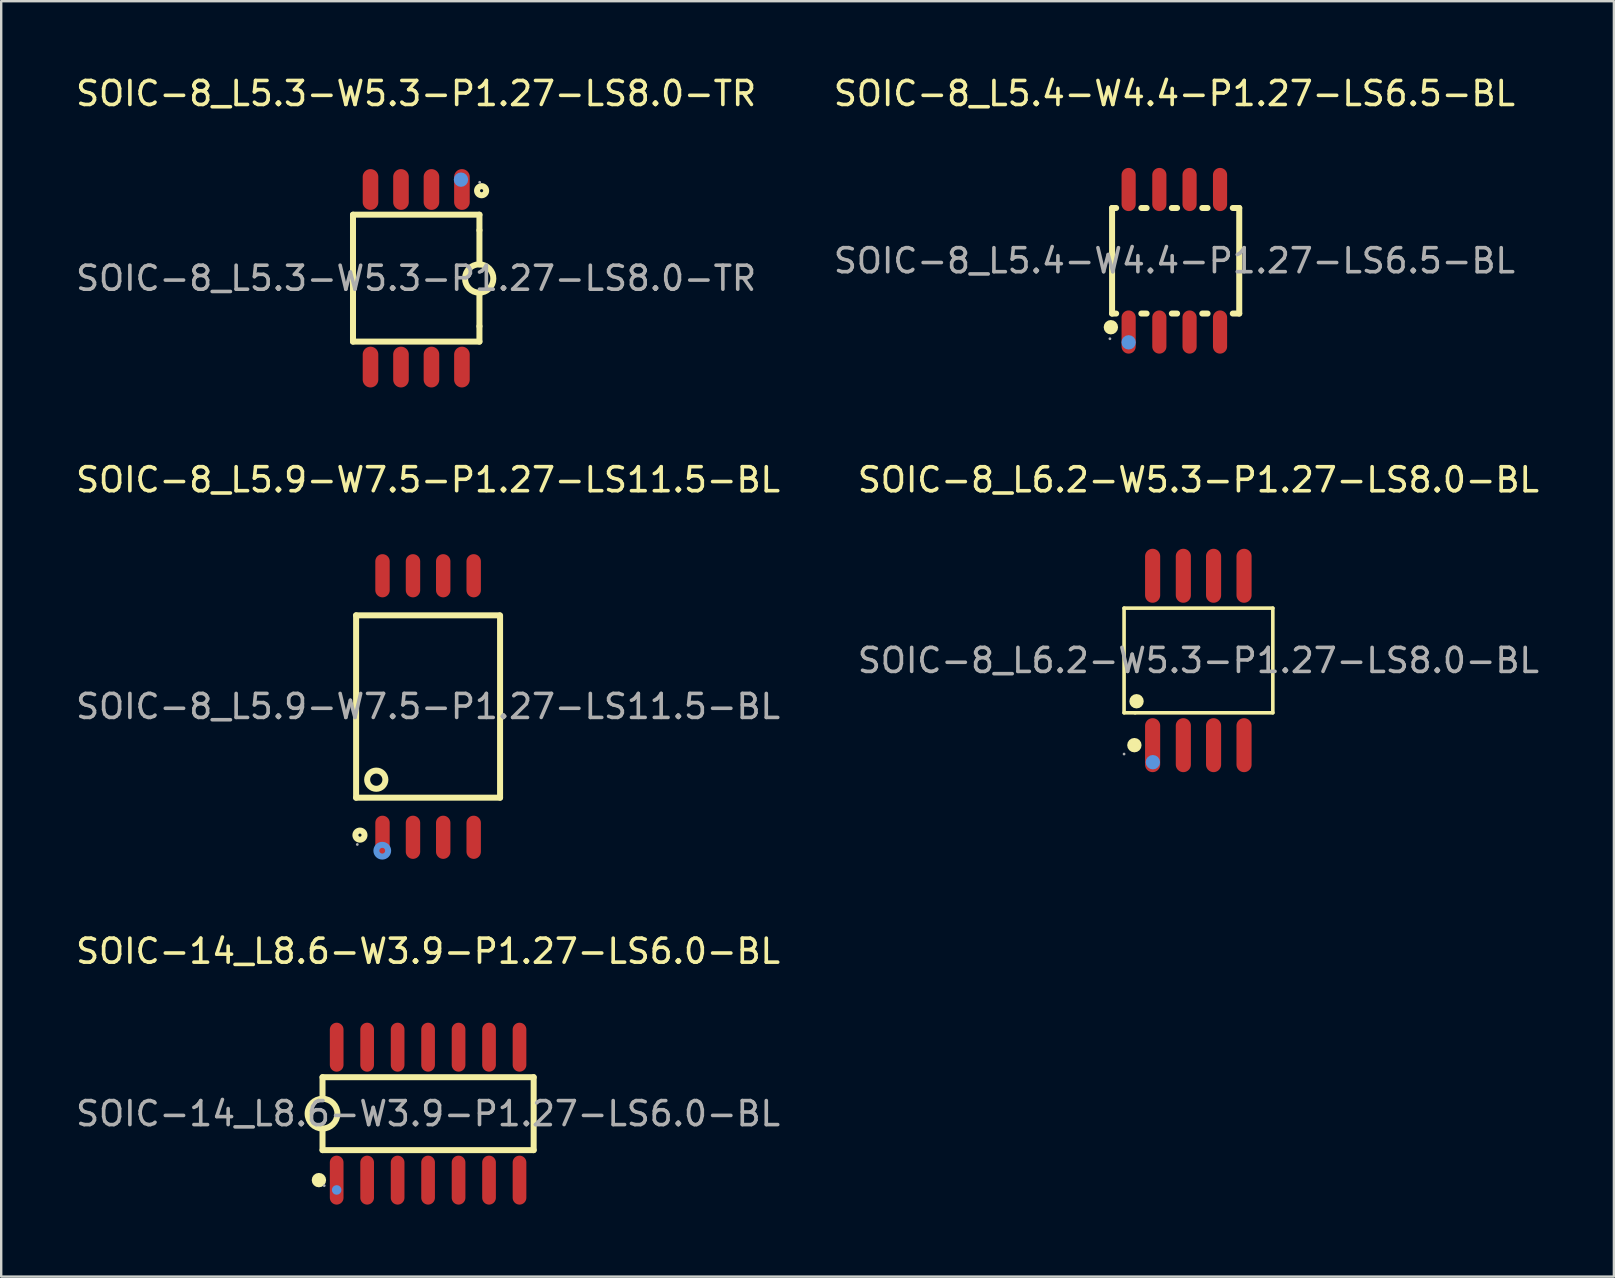
<source format=kicad_pcb>
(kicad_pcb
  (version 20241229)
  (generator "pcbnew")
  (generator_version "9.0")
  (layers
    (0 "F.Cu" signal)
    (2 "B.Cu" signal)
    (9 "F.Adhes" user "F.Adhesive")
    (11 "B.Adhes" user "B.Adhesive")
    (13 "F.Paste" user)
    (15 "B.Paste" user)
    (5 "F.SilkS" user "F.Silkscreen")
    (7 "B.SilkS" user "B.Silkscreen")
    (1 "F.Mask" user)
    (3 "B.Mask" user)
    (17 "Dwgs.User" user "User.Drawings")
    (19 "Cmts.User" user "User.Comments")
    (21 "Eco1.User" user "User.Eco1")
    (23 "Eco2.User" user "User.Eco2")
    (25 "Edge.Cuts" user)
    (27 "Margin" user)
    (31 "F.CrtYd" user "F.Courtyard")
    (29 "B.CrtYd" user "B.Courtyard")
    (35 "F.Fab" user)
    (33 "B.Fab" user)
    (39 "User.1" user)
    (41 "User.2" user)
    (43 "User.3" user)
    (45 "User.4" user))
  (footprint "SOIC-8_L5.9-W7.5-P1.27-LS11.5-BL"
    (layer "F.Cu")
    (at 14.792 26.396)
    (property "Reference" "SOIC-8_L5.9-W7.5-P1.27-LS11.5-BL" (at 0 -9.45 0) (layer "F.SilkS") (effects (font (size 1 1) (thickness 0.15))))
    (attr through_hole)
    (fp_line (start -3 -3.8) (end -3 3.8) (stroke (width 0.25) (type solid)) (layer "F.SilkS"))
    (fp_line (start -3 -3.8) (end 2.97 -3.8) (stroke (width 0.25) (type solid)) (layer "F.SilkS"))
    (fp_line (start -3 3.8) (end 3 3.8) (stroke (width 0.25) (type solid)) (layer "F.SilkS"))
    (fp_line (start 3 -3.8) (end 3 3.8) (stroke (width 0.25) (type solid)) (layer "F.SilkS"))
    (fp_circle (center -2.84 5.36) (end -2.65 5.36) (stroke (width 0.25) (type solid)) (fill no) (layer "F.SilkS"))
    (fp_circle (center -2.16 3.05) (end -1.78 3.05) (stroke (width 0.25) (type solid)) (fill no) (layer "F.SilkS"))
    (fp_circle (center -1.91 6.01) (end -1.79 6.01) (stroke (width 0.25) (type solid)) (fill no) (layer "Cmts.User"))
    (fp_circle (center -2.95 5.75) (end -2.92 5.75) (stroke (width 0.06) (type solid)) (fill no) (layer "F.Fab"))
    (fp_text user "${REFERENCE}" (at 0 0 0) (layer "F.Fab") (effects (font (size 1 1) (thickness 0.15))))
    (pad "1" smd oval (at -1.9 5.45 180) (size 0.6 1.8) (layers "F.Cu" "F.Mask" "F.Paste"))
    (pad "2" smd oval (at -0.63 5.45 180) (size 0.6 1.8) (layers "F.Cu" "F.Mask" "F.Paste"))
    (pad "3" smd oval (at 0.63 5.45 180) (size 0.6 1.8) (layers "F.Cu" "F.Mask" "F.Paste"))
    (pad "4" smd oval (at 1.9 5.45 180) (size 0.6 1.8) (layers "F.Cu" "F.Mask" "F.Paste"))
    (pad "5" smd oval (at 1.9 -5.45 180) (size 0.6 1.8) (layers "F.Cu" "F.Mask" "F.Paste"))
    (pad "6" smd oval (at 0.63 -5.45 180) (size 0.6 1.8) (layers "F.Cu" "F.Mask" "F.Paste"))
    (pad "7" smd oval (at -0.63 -5.45 180) (size 0.6 1.8) (layers "F.Cu" "F.Mask" "F.Paste"))
    (pad "8" smd oval (at -1.9 -5.45 180) (size 0.6 1.8) (layers "F.Cu" "F.Mask" "F.Paste")))
  (footprint "SOIC-14_L8.6-W3.9-P1.27-LS6.0-BL"
    (layer "F.Cu")
    (at 14.792 43.365)
    (property "Reference" "SOIC-14_L8.6-W3.9-P1.27-LS6.0-BL" (at 0 -6.77 0) (layer "F.SilkS") (effects (font (size 1 1) (thickness 0.15))))
    (attr through_hole)
    (fp_line (start -4.4 -1.52) (end -4.4 -0.62) (stroke (width 0.25) (type solid)) (layer "F.SilkS"))
    (fp_line (start -4.4 -1.52) (end 4.4 -1.52) (stroke (width 0.25) (type solid)) (layer "F.SilkS"))
    (fp_line (start -4.4 1.52) (end -4.4 0.62) (stroke (width 0.25) (type solid)) (layer "F.SilkS"))
    (fp_line (start 4.4 -1.52) (end 4.4 1.52) (stroke (width 0.25) (type solid)) (layer "F.SilkS"))
    (fp_line (start 4.4 1.52) (end -4.4 1.52) (stroke (width 0.25) (type solid)) (layer "F.SilkS"))
    (fp_arc (start -4.38918 -0.619906) (mid -4.40541 0.619977) (end -4.4 -0.62) (stroke (width 0.25) (type solid)) (layer "F.SilkS"))
    (fp_circle (center -4.55 2.77) (end -4.4 2.77) (stroke (width 0.3) (type solid)) (fill no) (layer "F.SilkS"))
    (fp_circle (center -3.81 3.18) (end -3.71 3.18) (stroke (width 0.2) (type solid)) (fill no) (layer "Cmts.User"))
    (fp_circle (center -4.33 3) (end -4.3 3) (stroke (width 0.06) (type solid)) (fill no) (layer "F.Fab"))
    (fp_text user "${REFERENCE}" (at 0 0 0) (layer "F.Fab") (effects (font (size 1 1) (thickness 0.15))))
    (pad "1" smd oval (at -3.81 2.77) (size 0.57 2.04) (layers "F.Cu" "F.Mask" "F.Paste"))
    (pad "2" smd oval (at -2.54 2.77) (size 0.57 2.04) (layers "F.Cu" "F.Mask" "F.Paste"))
    (pad "3" smd oval (at -1.27 2.77) (size 0.57 2.04) (layers "F.Cu" "F.Mask" "F.Paste"))
    (pad "4" smd oval (at 0 2.77) (size 0.57 2.04) (layers "F.Cu" "F.Mask" "F.Paste"))
    (pad "5" smd oval (at 1.27 2.77) (size 0.57 2.04) (layers "F.Cu" "F.Mask" "F.Paste"))
    (pad "6" smd oval (at 2.54 2.77) (size 0.57 2.04) (layers "F.Cu" "F.Mask" "F.Paste"))
    (pad "7" smd oval (at 3.81 2.77) (size 0.57 2.04) (layers "F.Cu" "F.Mask" "F.Paste"))
    (pad "8" smd oval (at 3.81 -2.77) (size 0.57 2.04) (layers "F.Cu" "F.Mask" "F.Paste"))
    (pad "9" smd oval (at 2.54 -2.77) (size 0.57 2.04) (layers "F.Cu" "F.Mask" "F.Paste"))
    (pad "10" smd oval (at 1.27 -2.77) (size 0.57 2.04) (layers "F.Cu" "F.Mask" "F.Paste"))
    (pad "11" smd oval (at 0 -2.77) (size 0.57 2.04) (layers "F.Cu" "F.Mask" "F.Paste"))
    (pad "12" smd oval (at -1.27 -2.77) (size 0.57 2.04) (layers "F.Cu" "F.Mask" "F.Paste"))
    (pad "13" smd oval (at -2.54 -2.77) (size 0.57 2.04) (layers "F.Cu" "F.Mask" "F.Paste"))
    (pad "14" smd oval (at -3.81 -2.77) (size 0.57 2.04) (layers "F.Cu" "F.Mask" "F.Paste")))
  (footprint "SOIC-8_L6.2-W5.3-P1.27-LS8.0-BL"
    (layer "F.Cu")
    (at 46.899 24.477)
    (property "Reference" "SOIC-8_L6.2-W5.3-P1.27-LS8.0-BL" (at 0 -7.53 0) (layer "F.SilkS") (effects (font (size 1 1) (thickness 0.15))))
    (attr through_hole)
    (fp_line (start -3.1 -2.18) (end 3.1 -2.18) (stroke (width 0.15) (type solid)) (layer "F.SilkS"))
    (fp_line (start -3.1 2.18) (end -3.1 -2.18) (stroke (width 0.15) (type solid)) (layer "F.SilkS"))
    (fp_line (start -2.64 2.18) (end -3.1 2.18) (stroke (width 0.15) (type solid)) (layer "F.SilkS"))
    (fp_line (start 3.1 -2.18) (end 3.1 2.18) (stroke (width 0.15) (type solid)) (layer "F.SilkS"))
    (fp_line (start 3.1 2.18) (end -2.64 2.18) (stroke (width 0.15) (type solid)) (layer "F.SilkS"))
    (fp_circle (center -2.67 3.53) (end -2.52 3.53) (stroke (width 0.3) (type solid)) (fill no) (layer "F.SilkS"))
    (fp_circle (center -2.58 1.7) (end -2.43 1.7) (stroke (width 0.3) (type solid)) (fill no) (layer "F.SilkS"))
    (fp_circle (center -1.9 4.24) (end -1.75 4.24) (stroke (width 0.3) (type solid)) (fill no) (layer "Cmts.User"))
    (fp_circle (center -3.1 3.9) (end -3.07 3.9) (stroke (width 0.06) (type solid)) (fill no) (layer "F.Fab"))
    (fp_text user "${REFERENCE}" (at 0 0 0) (layer "F.Fab") (effects (font (size 1 1) (thickness 0.15))))
    (pad "1" smd oval (at -1.91 3.53) (size 0.63 2.25) (layers "F.Cu" "F.Mask" "F.Paste"))
    (pad "2" smd oval (at -0.63 3.53) (size 0.63 2.25) (layers "F.Cu" "F.Mask" "F.Paste"))
    (pad "3" smd oval (at 0.63 3.53) (size 0.63 2.25) (layers "F.Cu" "F.Mask" "F.Paste"))
    (pad "4" smd oval (at 1.9 3.53) (size 0.63 2.25) (layers "F.Cu" "F.Mask" "F.Paste"))
    (pad "5" smd oval (at 1.9 -3.53) (size 0.63 2.25) (layers "F.Cu" "F.Mask" "F.Paste"))
    (pad "6" smd oval (at 0.63 -3.53) (size 0.63 2.25) (layers "F.Cu" "F.Mask" "F.Paste"))
    (pad "7" smd oval (at -0.63 -3.53) (size 0.63 2.25) (layers "F.Cu" "F.Mask" "F.Paste"))
    (pad "8" smd oval (at -1.91 -3.53) (size 0.63 2.25) (layers "F.Cu" "F.Mask" "F.Paste")))
  (footprint "SOIC-8_L5.4-W4.4-P1.27-LS6.5-BL"
    (layer "F.Cu")
    (at 45.899 7.818)
    (property "Reference" "SOIC-8_L5.4-W4.4-P1.27-LS6.5-BL" (at 0 -6.97 0) (layer "F.SilkS") (effects (font (size 1 1) (thickness 0.15))))
    (attr through_hole)
    (fp_line (start -2.6 -2.2) (end -2.43 -2.2) (stroke (width 0.25) (type solid)) (layer "F.SilkS"))
    (fp_line (start -2.6 2.2) (end -2.6 -2.2) (stroke (width 0.25) (type solid)) (layer "F.SilkS"))
    (fp_line (start -2.43 2.2) (end -2.6 2.2) (stroke (width 0.25) (type solid)) (layer "F.SilkS"))
    (fp_line (start -1.38 -2.2) (end -1.16 -2.2) (stroke (width 0.25) (type solid)) (layer "F.SilkS"))
    (fp_line (start -1.16 2.2) (end -1.38 2.2) (stroke (width 0.25) (type solid)) (layer "F.SilkS"))
    (fp_line (start -0.11 -2.2) (end 0.11 -2.2) (stroke (width 0.25) (type solid)) (layer "F.SilkS"))
    (fp_line (start 0.11 2.2) (end -0.11 2.2) (stroke (width 0.25) (type solid)) (layer "F.SilkS"))
    (fp_line (start 1.16 -2.2) (end 1.38 -2.2) (stroke (width 0.25) (type solid)) (layer "F.SilkS"))
    (fp_line (start 1.38 2.2) (end 1.16 2.2) (stroke (width 0.25) (type solid)) (layer "F.SilkS"))
    (fp_line (start 2.43 -2.2) (end 2.7 -2.2) (stroke (width 0.25) (type solid)) (layer "F.SilkS"))
    (fp_line (start 2.7 -2.2) (end 2.7 2.2) (stroke (width 0.25) (type solid)) (layer "F.SilkS"))
    (fp_line (start 2.7 2.2) (end 2.43 2.2) (stroke (width 0.25) (type solid)) (layer "F.SilkS"))
    (fp_circle (center -2.65 2.77) (end -2.5 2.77) (stroke (width 0.3) (type solid)) (fill no) (layer "F.SilkS"))
    (fp_circle (center -1.91 3.4) (end -1.76 3.4) (stroke (width 0.3) (type solid)) (fill no) (layer "Cmts.User"))
    (fp_circle (center -2.69 3.25) (end -2.66 3.25) (stroke (width 0.06) (type solid)) (fill no) (layer "F.Fab"))
    (fp_text user "${REFERENCE}" (at 0 0 0) (layer "F.Fab") (effects (font (size 1 1) (thickness 0.15))))
    (pad "1" smd oval (at -1.91 2.97) (size 0.59 1.8) (layers "F.Cu" "F.Mask" "F.Paste"))
    (pad "2" smd oval (at -0.63 2.97) (size 0.59 1.8) (layers "F.Cu" "F.Mask" "F.Paste"))
    (pad "3" smd oval (at 0.63 2.97) (size 0.59 1.8) (layers "F.Cu" "F.Mask" "F.Paste"))
    (pad "4" smd oval (at 1.9 2.97) (size 0.59 1.8) (layers "F.Cu" "F.Mask" "F.Paste"))
    (pad "5" smd oval (at 1.9 -2.97) (size 0.59 1.8) (layers "F.Cu" "F.Mask" "F.Paste"))
    (pad "6" smd oval (at 0.63 -2.97) (size 0.59 1.8) (layers "F.Cu" "F.Mask" "F.Paste"))
    (pad "7" smd oval (at -0.63 -2.97) (size 0.59 1.8) (layers "F.Cu" "F.Mask" "F.Paste"))
    (pad "8" smd oval (at -1.91 -2.97) (size 0.59 1.8) (layers "F.Cu" "F.Mask" "F.Paste")))
  (footprint "SOIC-8_L5.3-W5.3-P1.27-LS8.0-TR"
    (layer "F.Cu")
    (at 14.292 8.548)
    (property "Reference" "SOIC-8_L5.3-W5.3-P1.27-LS8.0-TR" (at 0 -7.7 0) (layer "F.SilkS") (effects (font (size 1 1) (thickness 0.15))))
    (attr through_hole)
    (fp_line (start -2.63 -2.65) (end 2.64 -2.65) (stroke (width 0.25) (type solid)) (layer "F.SilkS"))
    (fp_line (start -2.63 2.64) (end -2.63 -2.65) (stroke (width 0.25) (type solid)) (layer "F.SilkS"))
    (fp_line (start 2.64 -2) (end 2.64 -2.65) (stroke (width 0.25) (type solid)) (layer "F.SilkS"))
    (fp_line (start 2.64 -0.58) (end 2.64 -2) (stroke (width 0.25) (type solid)) (layer "F.SilkS"))
    (fp_line (start 2.64 2) (end 2.64 0.6) (stroke (width 0.25) (type solid)) (layer "F.SilkS"))
    (fp_line (start 2.64 2) (end 2.64 2.64) (stroke (width 0.25) (type solid)) (layer "F.SilkS"))
    (fp_line (start 2.64 2.64) (end -2.63 2.64) (stroke (width 0.25) (type solid)) (layer "F.SilkS"))
    (fp_arc (start 2.640297 -0.57991) (mid 2.624851 0.599977) (end 2.63 -0.58) (stroke (width 0.25) (type solid)) (layer "F.SilkS"))
    (fp_circle (center 2.73 -3.65) (end 2.92 -3.65) (stroke (width 0.25) (type solid)) (fill no) (layer "F.SilkS"))
    (fp_circle (center 1.87 -4.11) (end 2.02 -4.11) (stroke (width 0.3) (type solid)) (fill no) (layer "Cmts.User"))
    (fp_circle (center 2.65 -4) (end 2.68 -4) (stroke (width 0.06) (type solid)) (fill no) (layer "F.Fab"))
    (fp_text user "${REFERENCE}" (at 0 0 0) (layer "F.Fab") (effects (font (size 1 1) (thickness 0.15))))
    (pad "1" smd oval (at 1.91 -3.7) (size 0.65 1.7) (layers "F.Cu" "F.Mask" "F.Paste"))
    (pad "2" smd oval (at 0.64 -3.7) (size 0.65 1.7) (layers "F.Cu" "F.Mask" "F.Paste"))
    (pad "3" smd oval (at -0.63 -3.7) (size 0.65 1.7) (layers "F.Cu" "F.Mask" "F.Paste"))
    (pad "4" smd oval (at -1.9 -3.7) (size 0.65 1.7) (layers "F.Cu" "F.Mask" "F.Paste"))
    (pad "5" smd oval (at -1.9 3.7) (size 0.65 1.7) (layers "F.Cu" "F.Mask" "F.Paste"))
    (pad "6" smd oval (at -0.63 3.7) (size 0.65 1.7) (layers "F.Cu" "F.Mask" "F.Paste"))
    (pad "7" smd oval (at 0.64 3.7) (size 0.65 1.7) (layers "F.Cu" "F.Mask" "F.Paste"))
    (pad "8" smd oval (at 1.91 3.7) (size 0.65 1.7) (layers "F.Cu" "F.Mask" "F.Paste")))
  (gr_rect
    (start -3 -3)
    (end 64.214 50.155)
    (stroke (width 0.1) (type default))
    (fill no)
    (layer "Edge.Cuts")))
</source>
